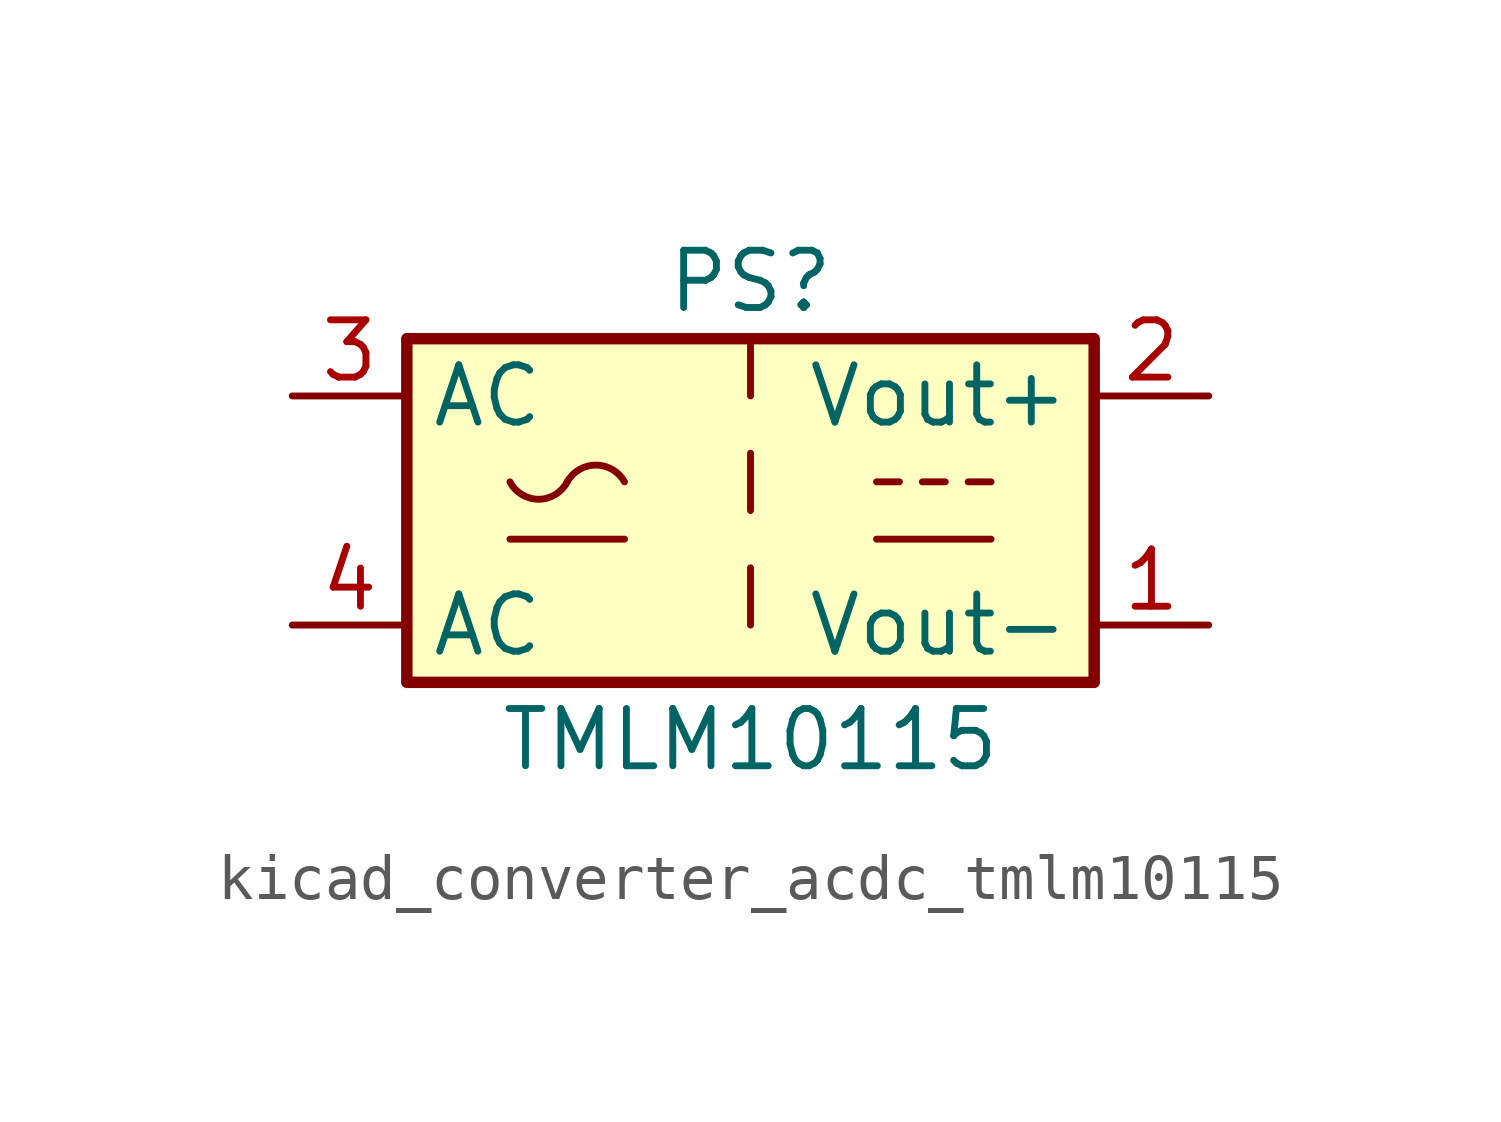
<source format=kicad_sym>
(kicad_symbol_lib
  (version 20220914)
  (generator kicad_symbol_editor)
  (symbol "kicad_converter_acdc_tmlm10115"
    (property "Reference" "PS"
      (at 0 5.08 0)
      (effects (font (size 1.27 1.27))))
    (property "Value" "TMLM10115"
      (at 0 -5.08 0)
      (effects (font (size 1.27 1.27))))
    (symbol "kicad_converter_acdc_tmlm10115_0_1"
      (rectangle (start -7.62 3.81) (end 7.62 -3.81) (stroke (width 0.254) (type default)) (fill (type background)))
      (arc (start -5.334 0.635) (mid -4.699 0.2495) (end -4.064 0.635) (stroke (width 0) (type default)) (fill (type none)))
      (arc (start -2.794 0.635) (mid -3.429 1.0072) (end -4.064 0.635) (stroke (width 0) (type default)) (fill (type none)))
      (polyline (pts (xy -5.334 -0.635) (xy -2.794 -0.635)) (stroke (width 0) (type default)) (fill (type none)))
      (polyline (pts (xy 2.794 -0.635) (xy 5.334 -0.635)) (stroke (width 0) (type default)) (fill (type none)))
      (polyline (pts (xy 2.794 0.635) (xy 3.302 0.635)) (stroke (width 0) (type default)) (fill (type none)))
      (polyline (pts (xy 3.81 0.635) (xy 4.318 0.635)) (stroke (width 0) (type default)) (fill (type none)))
      (polyline (pts (xy 4.826 0.635) (xy 5.334 0.635)) (stroke (width 0) (type default)) (fill (type none))))
    (symbol "kicad_converter_acdc_tmlm10115_1_1"
      (polyline (pts (xy 0 -1.27) (xy 0 -2.54)) (stroke (width 0) (type default)) (fill (type none)))
      (polyline (pts (xy 0 1.27) (xy 0 0)) (stroke (width 0) (type default)) (fill (type none)))
      (polyline (pts (xy 0 3.81) (xy 0 2.54)) (stroke (width 0) (type default)) (fill (type none)))
      (pin power_out line (at 10.16 -2.54 180) (length 2.54) (name "Vout-" (effects (font (size 1.27 1.27)))) (number "1" (effects (font (size 1.27 1.27)))))
      (pin power_out line (at 10.16 2.54 180) (length 2.54) (name "Vout+" (effects (font (size 1.27 1.27)))) (number "2" (effects (font (size 1.27 1.27)))))
      (pin power_in line (at -10.16 2.54 0) (length 2.54) (name "AC" (effects (font (size 1.27 1.27)))) (number "3" (effects (font (size 1.27 1.27)))))
      (pin power_in line (at -10.16 -2.54 0) (length 2.54) (name "AC" (effects (font (size 1.27 1.27)))) (number "4" (effects (font (size 1.27 1.27))))))))
</source>
